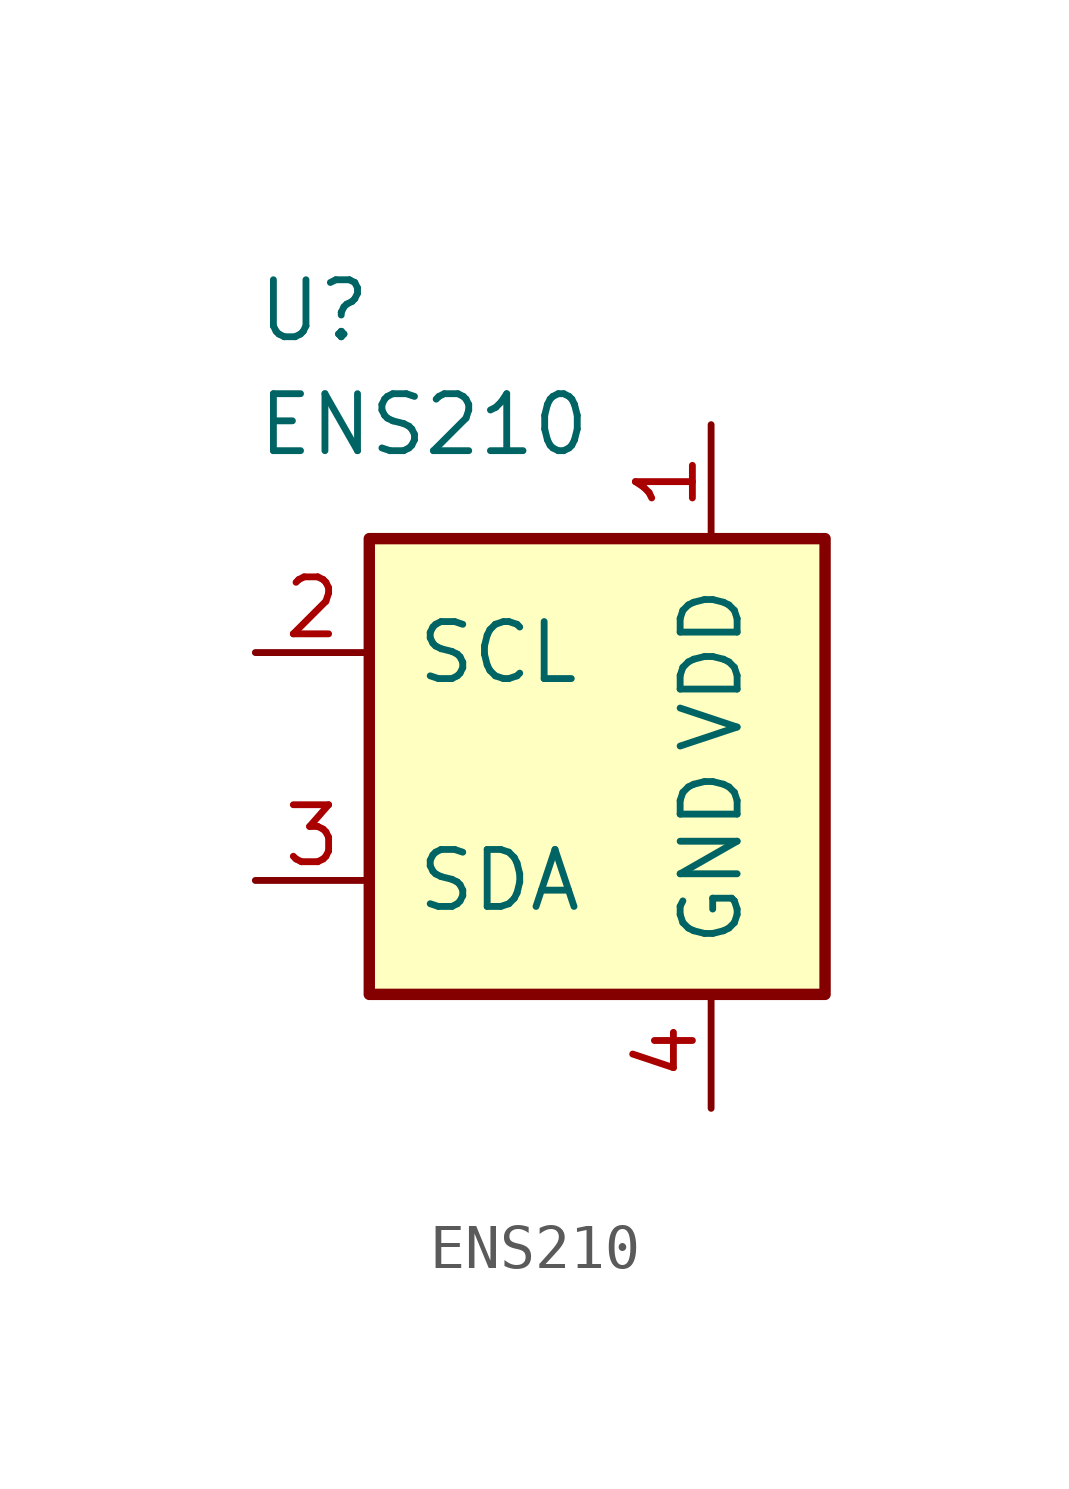
<source format=kicad_sym>
(kicad_symbol_lib
  (version 20241209)
  (generator "kicad_symbol_editor")
  (generator_version "9.0")
  (symbol "ENS210"
    (pin_names
      (offset 1.016))
    (property "Reference" "U"
      (at -7.62 10.16 0)
      (effects (font (size 1.27 1.27)) (justify left)))
    (property "Value" "ENS210"
      (at -7.62 7.62 0)
      (effects (font (size 1.27 1.27)) (justify left)))
    (symbol "ENS210_0_1"
      (rectangle (start -5.08 5.08) (end 5.08 -5.08) (stroke (width 0.254) (type default)) (fill (type background))))
    (symbol "ENS210_1_1"
      (pin input line (at -7.62 2.54 0) (length 2.54) (name "SCL" (effects (font (size 1.27 1.27)))) (number "2" (effects (font (size 1.27 1.27)))))
      (pin bidirectional line (at -7.62 -2.54 0) (length 2.54) (name "SDA" (effects (font (size 1.27 1.27)))) (number "3" (effects (font (size 1.27 1.27)))))
      (pin power_in line (at 2.54 7.62 270) (length 2.54) (name "VDD" (effects (font (size 1.27 1.27)))) (number "1" (effects (font (size 1.27 1.27)))))
      (pin power_in line (at 2.54 -7.62 90) (length 2.54) (name "GND" (effects (font (size 1.27 1.27)))) (number "4" (effects (font (size 1.27 1.27)))))
      (pin passive line (at 2.54 -7.62 90) (length 2.54) (hide yes) (name "GND" (effects (font (size 1.27 1.27)))) (number "5" (effects (font (size 1.27 1.27))))))))
</source>
